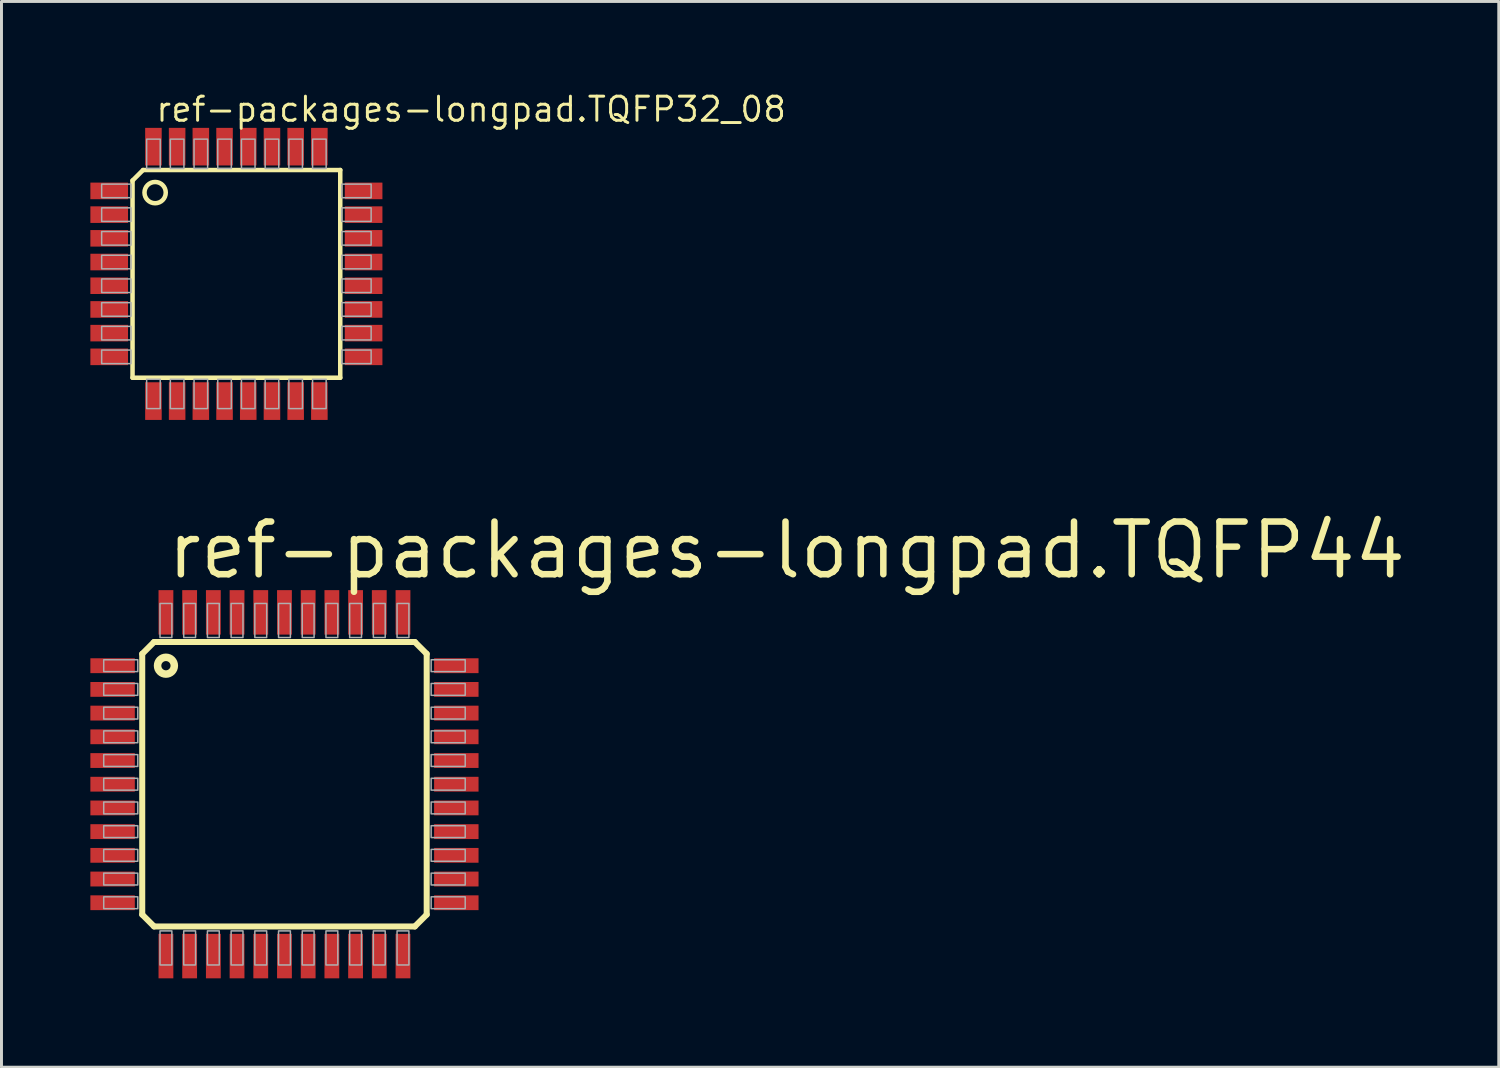
<source format=kicad_pcb>
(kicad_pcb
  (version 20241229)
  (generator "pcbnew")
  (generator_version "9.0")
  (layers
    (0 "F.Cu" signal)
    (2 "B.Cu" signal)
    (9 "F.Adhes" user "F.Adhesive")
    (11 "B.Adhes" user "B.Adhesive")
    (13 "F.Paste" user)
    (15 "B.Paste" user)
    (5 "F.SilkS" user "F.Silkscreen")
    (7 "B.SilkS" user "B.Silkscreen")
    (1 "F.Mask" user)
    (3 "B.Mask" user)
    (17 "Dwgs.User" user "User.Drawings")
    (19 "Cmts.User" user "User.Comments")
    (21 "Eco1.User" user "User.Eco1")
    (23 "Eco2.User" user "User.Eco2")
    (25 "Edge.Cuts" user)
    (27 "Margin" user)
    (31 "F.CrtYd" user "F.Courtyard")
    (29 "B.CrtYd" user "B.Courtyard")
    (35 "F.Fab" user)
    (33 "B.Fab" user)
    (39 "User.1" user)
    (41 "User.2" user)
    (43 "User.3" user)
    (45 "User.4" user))
  (footprint "ref-packages-longpad.TQFP32_08"
    (layer "F.Cu")
    (at 4.928 6.193)
    (property "Reference" "ref-packages-longpad.TQFP32_08" (at -2.769 -5.08 0) (layer "F.SilkS") (effects (font (size 0.813 0.813) (thickness 0.1)) (justify left bottom)))
    (attr smd)
    (fp_line (start -3.505 3.505) (end -3.505 -3.15) (stroke (width 0.152) (type default)) (layer "F.SilkS"))
    (fp_line (start -3.15 -3.505) (end -3.505 -3.15) (stroke (width 0.152) (type default)) (layer "F.SilkS"))
    (fp_line (start -3.15 -3.505) (end 3.505 -3.505) (stroke (width 0.152) (type default)) (layer "F.SilkS"))
    (fp_line (start 3.505 -3.505) (end 3.505 3.505) (stroke (width 0.152) (type default)) (layer "F.SilkS"))
    (fp_line (start 3.505 3.505) (end -3.505 3.505) (stroke (width 0.152) (type default)) (layer "F.SilkS"))
    (fp_circle (center -2.743 -2.743) (end -2.384 -2.743) (stroke (width 0.152) (type default)) (fill no) (layer "F.SilkS"))
    (fp_rect (start -4.547 -2.571) (end -3.556 -3.029) (stroke (width 0.05) (type default)) (fill no) (layer "F.Fab"))
    (fp_rect (start -4.547 -1.771) (end -3.556 -2.229) (stroke (width 0.05) (type default)) (fill no) (layer "F.Fab"))
    (fp_rect (start -4.547 -0.971) (end -3.556 -1.429) (stroke (width 0.05) (type default)) (fill no) (layer "F.Fab"))
    (fp_rect (start -4.547 -0.171) (end -3.556 -0.629) (stroke (width 0.05) (type default)) (fill no) (layer "F.Fab"))
    (fp_rect (start -4.547 0.629) (end -3.556 0.171) (stroke (width 0.05) (type default)) (fill no) (layer "F.Fab"))
    (fp_rect (start -4.547 1.429) (end -3.556 0.971) (stroke (width 0.05) (type default)) (fill no) (layer "F.Fab"))
    (fp_rect (start -4.547 2.229) (end -3.556 1.771) (stroke (width 0.05) (type default)) (fill no) (layer "F.Fab"))
    (fp_rect (start -4.547 3.029) (end -3.556 2.571) (stroke (width 0.05) (type default)) (fill no) (layer "F.Fab"))
    (fp_rect (start -3.029 -3.556) (end -2.571 -4.547) (stroke (width 0.05) (type default)) (fill no) (layer "F.Fab"))
    (fp_rect (start -3.029 4.547) (end -2.571 3.556) (stroke (width 0.05) (type default)) (fill no) (layer "F.Fab"))
    (fp_rect (start -2.229 -3.556) (end -1.771 -4.547) (stroke (width 0.05) (type default)) (fill no) (layer "F.Fab"))
    (fp_rect (start -2.229 4.547) (end -1.771 3.556) (stroke (width 0.05) (type default)) (fill no) (layer "F.Fab"))
    (fp_rect (start -1.429 -3.556) (end -0.971 -4.547) (stroke (width 0.05) (type default)) (fill no) (layer "F.Fab"))
    (fp_rect (start -1.429 4.547) (end -0.971 3.556) (stroke (width 0.05) (type default)) (fill no) (layer "F.Fab"))
    (fp_rect (start -0.629 -3.556) (end -0.171 -4.547) (stroke (width 0.05) (type default)) (fill no) (layer "F.Fab"))
    (fp_rect (start -0.629 4.547) (end -0.171 3.556) (stroke (width 0.05) (type default)) (fill no) (layer "F.Fab"))
    (fp_rect (start 0.171 -3.556) (end 0.629 -4.547) (stroke (width 0.05) (type default)) (fill no) (layer "F.Fab"))
    (fp_rect (start 0.171 4.547) (end 0.629 3.556) (stroke (width 0.05) (type default)) (fill no) (layer "F.Fab"))
    (fp_rect (start 0.971 -3.556) (end 1.429 -4.547) (stroke (width 0.05) (type default)) (fill no) (layer "F.Fab"))
    (fp_rect (start 0.971 4.547) (end 1.429 3.556) (stroke (width 0.05) (type default)) (fill no) (layer "F.Fab"))
    (fp_rect (start 1.771 -3.556) (end 2.229 -4.547) (stroke (width 0.05) (type default)) (fill no) (layer "F.Fab"))
    (fp_rect (start 1.771 4.547) (end 2.229 3.556) (stroke (width 0.05) (type default)) (fill no) (layer "F.Fab"))
    (fp_rect (start 2.571 -3.556) (end 3.029 -4.547) (stroke (width 0.05) (type default)) (fill no) (layer "F.Fab"))
    (fp_rect (start 2.571 4.547) (end 3.029 3.556) (stroke (width 0.05) (type default)) (fill no) (layer "F.Fab"))
    (fp_rect (start 3.556 -2.571) (end 4.547 -3.029) (stroke (width 0.05) (type default)) (fill no) (layer "F.Fab"))
    (fp_rect (start 3.556 -1.771) (end 4.547 -2.229) (stroke (width 0.05) (type default)) (fill no) (layer "F.Fab"))
    (fp_rect (start 3.556 -0.971) (end 4.547 -1.429) (stroke (width 0.05) (type default)) (fill no) (layer "F.Fab"))
    (fp_rect (start 3.556 -0.171) (end 4.547 -0.629) (stroke (width 0.05) (type default)) (fill no) (layer "F.Fab"))
    (fp_rect (start 3.556 0.629) (end 4.547 0.171) (stroke (width 0.05) (type default)) (fill no) (layer "F.Fab"))
    (fp_rect (start 3.556 1.429) (end 4.547 0.971) (stroke (width 0.05) (type default)) (fill no) (layer "F.Fab"))
    (fp_rect (start 3.556 2.229) (end 4.547 1.771) (stroke (width 0.05) (type default)) (fill no) (layer "F.Fab"))
    (fp_rect (start 3.556 3.029) (end 4.547 2.571) (stroke (width 0.05) (type default)) (fill no) (layer "F.Fab"))
    (pad "1" smd roundrect (at -4.293 -2.8) (size 1.27 0.559) (layers "F.Cu" "F.Mask" "F.Paste") (roundrect_rratio 0.01))
    (pad "2" smd roundrect (at -4.293 -2) (size 1.27 0.559) (layers "F.Cu" "F.Mask" "F.Paste") (roundrect_rratio 0.01))
    (pad "3" smd roundrect (at -4.293 -1.2) (size 1.27 0.559) (layers "F.Cu" "F.Mask" "F.Paste") (roundrect_rratio 0.01))
    (pad "4" smd roundrect (at -4.293 -0.4) (size 1.27 0.559) (layers "F.Cu" "F.Mask" "F.Paste") (roundrect_rratio 0.01))
    (pad "5" smd roundrect (at -4.293 0.4) (size 1.27 0.559) (layers "F.Cu" "F.Mask" "F.Paste") (roundrect_rratio 0.01))
    (pad "6" smd roundrect (at -4.293 1.2) (size 1.27 0.559) (layers "F.Cu" "F.Mask" "F.Paste") (roundrect_rratio 0.01))
    (pad "7" smd roundrect (at -4.293 2) (size 1.27 0.559) (layers "F.Cu" "F.Mask" "F.Paste") (roundrect_rratio 0.01))
    (pad "8" smd roundrect (at -4.293 2.8) (size 1.27 0.559) (layers "F.Cu" "F.Mask" "F.Paste") (roundrect_rratio 0.01))
    (pad "9" smd roundrect (at -2.8 4.293) (size 0.559 1.27) (layers "F.Cu" "F.Mask" "F.Paste") (roundrect_rratio 0.01))
    (pad "10" smd roundrect (at -2 4.293) (size 0.559 1.27) (layers "F.Cu" "F.Mask" "F.Paste") (roundrect_rratio 0.01))
    (pad "11" smd roundrect (at -1.2 4.293) (size 0.559 1.27) (layers "F.Cu" "F.Mask" "F.Paste") (roundrect_rratio 0.01))
    (pad "12" smd roundrect (at -0.4 4.293) (size 0.559 1.27) (layers "F.Cu" "F.Mask" "F.Paste") (roundrect_rratio 0.01))
    (pad "13" smd roundrect (at 0.4 4.293) (size 0.559 1.27) (layers "F.Cu" "F.Mask" "F.Paste") (roundrect_rratio 0.01))
    (pad "14" smd roundrect (at 1.2 4.293) (size 0.559 1.27) (layers "F.Cu" "F.Mask" "F.Paste") (roundrect_rratio 0.01))
    (pad "15" smd roundrect (at 2 4.293) (size 0.559 1.27) (layers "F.Cu" "F.Mask" "F.Paste") (roundrect_rratio 0.01))
    (pad "16" smd roundrect (at 2.8 4.293) (size 0.559 1.27) (layers "F.Cu" "F.Mask" "F.Paste") (roundrect_rratio 0.01))
    (pad "17" smd roundrect (at 4.293 2.8) (size 1.27 0.559) (layers "F.Cu" "F.Mask" "F.Paste") (roundrect_rratio 0.01))
    (pad "18" smd roundrect (at 4.293 2) (size 1.27 0.559) (layers "F.Cu" "F.Mask" "F.Paste") (roundrect_rratio 0.01))
    (pad "19" smd roundrect (at 4.293 1.2) (size 1.27 0.559) (layers "F.Cu" "F.Mask" "F.Paste") (roundrect_rratio 0.01))
    (pad "20" smd roundrect (at 4.293 0.4) (size 1.27 0.559) (layers "F.Cu" "F.Mask" "F.Paste") (roundrect_rratio 0.01))
    (pad "21" smd roundrect (at 4.293 -0.4) (size 1.27 0.559) (layers "F.Cu" "F.Mask" "F.Paste") (roundrect_rratio 0.01))
    (pad "22" smd roundrect (at 4.293 -1.2) (size 1.27 0.559) (layers "F.Cu" "F.Mask" "F.Paste") (roundrect_rratio 0.01))
    (pad "23" smd roundrect (at 4.293 -2) (size 1.27 0.559) (layers "F.Cu" "F.Mask" "F.Paste") (roundrect_rratio 0.01))
    (pad "24" smd roundrect (at 4.293 -2.8) (size 1.27 0.559) (layers "F.Cu" "F.Mask" "F.Paste") (roundrect_rratio 0.01))
    (pad "25" smd roundrect (at 2.8 -4.293) (size 0.559 1.27) (layers "F.Cu" "F.Mask" "F.Paste") (roundrect_rratio 0.01))
    (pad "26" smd roundrect (at 2 -4.293) (size 0.559 1.27) (layers "F.Cu" "F.Mask" "F.Paste") (roundrect_rratio 0.01))
    (pad "27" smd roundrect (at 1.2 -4.293) (size 0.559 1.27) (layers "F.Cu" "F.Mask" "F.Paste") (roundrect_rratio 0.01))
    (pad "28" smd roundrect (at 0.4 -4.293) (size 0.559 1.27) (layers "F.Cu" "F.Mask" "F.Paste") (roundrect_rratio 0.01))
    (pad "29" smd roundrect (at -0.4 -4.293) (size 0.559 1.27) (layers "F.Cu" "F.Mask" "F.Paste") (roundrect_rratio 0.01))
    (pad "30" smd roundrect (at -1.2 -4.293) (size 0.559 1.27) (layers "F.Cu" "F.Mask" "F.Paste") (roundrect_rratio 0.01))
    (pad "31" smd roundrect (at -2 -4.293) (size 0.559 1.27) (layers "F.Cu" "F.Mask" "F.Paste") (roundrect_rratio 0.01))
    (pad "32" smd roundrect (at -2.8 -4.293) (size 0.559 1.27) (layers "F.Cu" "F.Mask" "F.Paste") (roundrect_rratio 0.01)))
  (footprint "ref-packages-longpad.TQFP44"
    (layer "F.Cu")
    (at 6.55 23.416)
    (property "Reference" "ref-packages-longpad.TQFP44" (at -4.064 -6.858 0) (layer "F.SilkS") (effects (font (size 1.778 1.778) (thickness 0.22)) (justify left bottom)))
    (attr smd)
    (fp_line (start -4.8 -4.4) (end -4.4 -4.8) (stroke (width 0.203) (type default)) (layer "F.SilkS"))
    (fp_line (start -4.8 4.4) (end -4.8 -4.4) (stroke (width 0.203) (type default)) (layer "F.SilkS"))
    (fp_line (start -4.4 -4.8) (end 4.4 -4.8) (stroke (width 0.203) (type default)) (layer "F.SilkS"))
    (fp_line (start -4.4 4.8) (end -4.8 4.4) (stroke (width 0.203) (type default)) (layer "F.SilkS"))
    (fp_line (start 4.4 -4.8) (end 4.8 -4.4) (stroke (width 0.203) (type default)) (layer "F.SilkS"))
    (fp_line (start 4.4 4.8) (end -4.4 4.8) (stroke (width 0.203) (type default)) (layer "F.SilkS"))
    (fp_line (start 4.8 -4.4) (end 4.8 4.4) (stroke (width 0.203) (type default)) (layer "F.SilkS"))
    (fp_line (start 4.8 4.4) (end 4.4 4.8) (stroke (width 0.203) (type default)) (layer "F.SilkS"))
    (fp_circle (center -4 -4) (end -3.717 -4) (stroke (width 0.254) (type default)) (fill no) (layer "F.SilkS"))
    (fp_rect (start -6.1 -3.8) (end -4.95 -4.2) (stroke (width 0.05) (type default)) (fill no) (layer "F.Fab"))
    (fp_rect (start -6.1 -3) (end -4.95 -3.4) (stroke (width 0.05) (type default)) (fill no) (layer "F.Fab"))
    (fp_rect (start -6.1 -2.2) (end -4.95 -2.6) (stroke (width 0.05) (type default)) (fill no) (layer "F.Fab"))
    (fp_rect (start -6.1 -1.4) (end -4.95 -1.8) (stroke (width 0.05) (type default)) (fill no) (layer "F.Fab"))
    (fp_rect (start -6.1 -0.6) (end -4.95 -1) (stroke (width 0.05) (type default)) (fill no) (layer "F.Fab"))
    (fp_rect (start -6.1 0.2) (end -4.95 -0.2) (stroke (width 0.05) (type default)) (fill no) (layer "F.Fab"))
    (fp_rect (start -6.1 1) (end -4.95 0.6) (stroke (width 0.05) (type default)) (fill no) (layer "F.Fab"))
    (fp_rect (start -6.1 1.8) (end -4.95 1.4) (stroke (width 0.05) (type default)) (fill no) (layer "F.Fab"))
    (fp_rect (start -6.1 2.6) (end -4.95 2.2) (stroke (width 0.05) (type default)) (fill no) (layer "F.Fab"))
    (fp_rect (start -6.1 3.4) (end -4.95 3) (stroke (width 0.05) (type default)) (fill no) (layer "F.Fab"))
    (fp_rect (start -6.1 4.2) (end -4.95 3.8) (stroke (width 0.05) (type default)) (fill no) (layer "F.Fab"))
    (fp_rect (start -4.2 -4.95) (end -3.8 -6.1) (stroke (width 0.05) (type default)) (fill no) (layer "F.Fab"))
    (fp_rect (start -4.2 6.1) (end -3.8 4.95) (stroke (width 0.05) (type default)) (fill no) (layer "F.Fab"))
    (fp_rect (start -3.4 -4.95) (end -3 -6.1) (stroke (width 0.05) (type default)) (fill no) (layer "F.Fab"))
    (fp_rect (start -3.4 6.1) (end -3 4.95) (stroke (width 0.05) (type default)) (fill no) (layer "F.Fab"))
    (fp_rect (start -2.6 -4.95) (end -2.2 -6.1) (stroke (width 0.05) (type default)) (fill no) (layer "F.Fab"))
    (fp_rect (start -2.6 6.1) (end -2.2 4.95) (stroke (width 0.05) (type default)) (fill no) (layer "F.Fab"))
    (fp_rect (start -1.8 -4.95) (end -1.4 -6.1) (stroke (width 0.05) (type default)) (fill no) (layer "F.Fab"))
    (fp_rect (start -1.8 6.1) (end -1.4 4.95) (stroke (width 0.05) (type default)) (fill no) (layer "F.Fab"))
    (fp_rect (start -1 -4.95) (end -0.6 -6.1) (stroke (width 0.05) (type default)) (fill no) (layer "F.Fab"))
    (fp_rect (start -1 6.1) (end -0.6 4.95) (stroke (width 0.05) (type default)) (fill no) (layer "F.Fab"))
    (fp_rect (start -0.2 -4.95) (end 0.2 -6.1) (stroke (width 0.05) (type default)) (fill no) (layer "F.Fab"))
    (fp_rect (start -0.2 6.1) (end 0.2 4.95) (stroke (width 0.05) (type default)) (fill no) (layer "F.Fab"))
    (fp_rect (start 0.6 -4.95) (end 1 -6.1) (stroke (width 0.05) (type default)) (fill no) (layer "F.Fab"))
    (fp_rect (start 0.6 6.1) (end 1 4.95) (stroke (width 0.05) (type default)) (fill no) (layer "F.Fab"))
    (fp_rect (start 1.4 -4.95) (end 1.8 -6.1) (stroke (width 0.05) (type default)) (fill no) (layer "F.Fab"))
    (fp_rect (start 1.4 6.1) (end 1.8 4.95) (stroke (width 0.05) (type default)) (fill no) (layer "F.Fab"))
    (fp_rect (start 2.2 -4.95) (end 2.6 -6.1) (stroke (width 0.05) (type default)) (fill no) (layer "F.Fab"))
    (fp_rect (start 2.2 6.1) (end 2.6 4.95) (stroke (width 0.05) (type default)) (fill no) (layer "F.Fab"))
    (fp_rect (start 3 -4.95) (end 3.4 -6.1) (stroke (width 0.05) (type default)) (fill no) (layer "F.Fab"))
    (fp_rect (start 3 6.1) (end 3.4 4.95) (stroke (width 0.05) (type default)) (fill no) (layer "F.Fab"))
    (fp_rect (start 3.8 -4.95) (end 4.2 -6.1) (stroke (width 0.05) (type default)) (fill no) (layer "F.Fab"))
    (fp_rect (start 3.8 6.1) (end 4.2 4.95) (stroke (width 0.05) (type default)) (fill no) (layer "F.Fab"))
    (fp_rect (start 4.95 -3.8) (end 6.1 -4.2) (stroke (width 0.05) (type default)) (fill no) (layer "F.Fab"))
    (fp_rect (start 4.95 -3) (end 6.1 -3.4) (stroke (width 0.05) (type default)) (fill no) (layer "F.Fab"))
    (fp_rect (start 4.95 -2.2) (end 6.1 -2.6) (stroke (width 0.05) (type default)) (fill no) (layer "F.Fab"))
    (fp_rect (start 4.95 -1.4) (end 6.1 -1.8) (stroke (width 0.05) (type default)) (fill no) (layer "F.Fab"))
    (fp_rect (start 4.95 -0.6) (end 6.1 -1) (stroke (width 0.05) (type default)) (fill no) (layer "F.Fab"))
    (fp_rect (start 4.95 0.2) (end 6.1 -0.2) (stroke (width 0.05) (type default)) (fill no) (layer "F.Fab"))
    (fp_rect (start 4.95 1) (end 6.1 0.6) (stroke (width 0.05) (type default)) (fill no) (layer "F.Fab"))
    (fp_rect (start 4.95 1.8) (end 6.1 1.4) (stroke (width 0.05) (type default)) (fill no) (layer "F.Fab"))
    (fp_rect (start 4.95 2.6) (end 6.1 2.2) (stroke (width 0.05) (type default)) (fill no) (layer "F.Fab"))
    (fp_rect (start 4.95 3.4) (end 6.1 3) (stroke (width 0.05) (type default)) (fill no) (layer "F.Fab"))
    (fp_rect (start 4.95 4.2) (end 6.1 3.8) (stroke (width 0.05) (type default)) (fill no) (layer "F.Fab"))
    (pad "1" smd roundrect (at -5.8 -4) (size 1.5 0.5) (layers "F.Cu" "F.Mask" "F.Paste") (roundrect_rratio 0.01))
    (pad "2" smd roundrect (at -5.8 -3.2) (size 1.5 0.5) (layers "F.Cu" "F.Mask" "F.Paste") (roundrect_rratio 0.01))
    (pad "3" smd roundrect (at -5.8 -2.4) (size 1.5 0.5) (layers "F.Cu" "F.Mask" "F.Paste") (roundrect_rratio 0.01))
    (pad "4" smd roundrect (at -5.8 -1.6) (size 1.5 0.5) (layers "F.Cu" "F.Mask" "F.Paste") (roundrect_rratio 0.01))
    (pad "5" smd roundrect (at -5.8 -0.8) (size 1.5 0.5) (layers "F.Cu" "F.Mask" "F.Paste") (roundrect_rratio 0.01))
    (pad "6" smd roundrect (at -5.8 0) (size 1.5 0.5) (layers "F.Cu" "F.Mask" "F.Paste") (roundrect_rratio 0.01))
    (pad "7" smd roundrect (at -5.8 0.8) (size 1.5 0.5) (layers "F.Cu" "F.Mask" "F.Paste") (roundrect_rratio 0.01))
    (pad "8" smd roundrect (at -5.8 1.6) (size 1.5 0.5) (layers "F.Cu" "F.Mask" "F.Paste") (roundrect_rratio 0.01))
    (pad "9" smd roundrect (at -5.8 2.4) (size 1.5 0.5) (layers "F.Cu" "F.Mask" "F.Paste") (roundrect_rratio 0.01))
    (pad "10" smd roundrect (at -5.8 3.2) (size 1.5 0.5) (layers "F.Cu" "F.Mask" "F.Paste") (roundrect_rratio 0.01))
    (pad "11" smd roundrect (at -5.8 4) (size 1.5 0.5) (layers "F.Cu" "F.Mask" "F.Paste") (roundrect_rratio 0.01))
    (pad "12" smd roundrect (at -4 5.8) (size 0.5 1.5) (layers "F.Cu" "F.Mask" "F.Paste") (roundrect_rratio 0.01))
    (pad "13" smd roundrect (at -3.2 5.8) (size 0.5 1.5) (layers "F.Cu" "F.Mask" "F.Paste") (roundrect_rratio 0.01))
    (pad "14" smd roundrect (at -2.4 5.8) (size 0.5 1.5) (layers "F.Cu" "F.Mask" "F.Paste") (roundrect_rratio 0.01))
    (pad "15" smd roundrect (at -1.6 5.8) (size 0.5 1.5) (layers "F.Cu" "F.Mask" "F.Paste") (roundrect_rratio 0.01))
    (pad "16" smd roundrect (at -0.8 5.8) (size 0.5 1.5) (layers "F.Cu" "F.Mask" "F.Paste") (roundrect_rratio 0.01))
    (pad "17" smd roundrect (at 0 5.8) (size 0.5 1.5) (layers "F.Cu" "F.Mask" "F.Paste") (roundrect_rratio 0.01))
    (pad "18" smd roundrect (at 0.8 5.8) (size 0.5 1.5) (layers "F.Cu" "F.Mask" "F.Paste") (roundrect_rratio 0.01))
    (pad "19" smd roundrect (at 1.6 5.8) (size 0.5 1.5) (layers "F.Cu" "F.Mask" "F.Paste") (roundrect_rratio 0.01))
    (pad "20" smd roundrect (at 2.4 5.8) (size 0.5 1.5) (layers "F.Cu" "F.Mask" "F.Paste") (roundrect_rratio 0.01))
    (pad "21" smd roundrect (at 3.2 5.8) (size 0.5 1.5) (layers "F.Cu" "F.Mask" "F.Paste") (roundrect_rratio 0.01))
    (pad "22" smd roundrect (at 4 5.8) (size 0.5 1.5) (layers "F.Cu" "F.Mask" "F.Paste") (roundrect_rratio 0.01))
    (pad "23" smd roundrect (at 5.8 4) (size 1.5 0.5) (layers "F.Cu" "F.Mask" "F.Paste") (roundrect_rratio 0.01))
    (pad "24" smd roundrect (at 5.8 3.2) (size 1.5 0.5) (layers "F.Cu" "F.Mask" "F.Paste") (roundrect_rratio 0.01))
    (pad "25" smd roundrect (at 5.8 2.4) (size 1.5 0.5) (layers "F.Cu" "F.Mask" "F.Paste") (roundrect_rratio 0.01))
    (pad "26" smd roundrect (at 5.8 1.6) (size 1.5 0.5) (layers "F.Cu" "F.Mask" "F.Paste") (roundrect_rratio 0.01))
    (pad "27" smd roundrect (at 5.8 0.8) (size 1.5 0.5) (layers "F.Cu" "F.Mask" "F.Paste") (roundrect_rratio 0.01))
    (pad "28" smd roundrect (at 5.8 0) (size 1.5 0.5) (layers "F.Cu" "F.Mask" "F.Paste") (roundrect_rratio 0.01))
    (pad "29" smd roundrect (at 5.8 -0.8) (size 1.5 0.5) (layers "F.Cu" "F.Mask" "F.Paste") (roundrect_rratio 0.01))
    (pad "30" smd roundrect (at 5.8 -1.6) (size 1.5 0.5) (layers "F.Cu" "F.Mask" "F.Paste") (roundrect_rratio 0.01))
    (pad "31" smd roundrect (at 5.8 -2.4) (size 1.5 0.5) (layers "F.Cu" "F.Mask" "F.Paste") (roundrect_rratio 0.01))
    (pad "32" smd roundrect (at 5.8 -3.2) (size 1.5 0.5) (layers "F.Cu" "F.Mask" "F.Paste") (roundrect_rratio 0.01))
    (pad "33" smd roundrect (at 5.8 -4) (size 1.5 0.5) (layers "F.Cu" "F.Mask" "F.Paste") (roundrect_rratio 0.01))
    (pad "34" smd roundrect (at 4 -5.8) (size 0.5 1.5) (layers "F.Cu" "F.Mask" "F.Paste") (roundrect_rratio 0.01))
    (pad "35" smd roundrect (at 3.2 -5.8) (size 0.5 1.5) (layers "F.Cu" "F.Mask" "F.Paste") (roundrect_rratio 0.01))
    (pad "36" smd roundrect (at 2.4 -5.8) (size 0.5 1.5) (layers "F.Cu" "F.Mask" "F.Paste") (roundrect_rratio 0.01))
    (pad "37" smd roundrect (at 1.6 -5.8) (size 0.5 1.5) (layers "F.Cu" "F.Mask" "F.Paste") (roundrect_rratio 0.01))
    (pad "38" smd roundrect (at 0.8 -5.8) (size 0.5 1.5) (layers "F.Cu" "F.Mask" "F.Paste") (roundrect_rratio 0.01))
    (pad "39" smd roundrect (at 0 -5.8) (size 0.5 1.5) (layers "F.Cu" "F.Mask" "F.Paste") (roundrect_rratio 0.01))
    (pad "40" smd roundrect (at -0.8 -5.8) (size 0.5 1.5) (layers "F.Cu" "F.Mask" "F.Paste") (roundrect_rratio 0.01))
    (pad "41" smd roundrect (at -1.6 -5.8) (size 0.5 1.5) (layers "F.Cu" "F.Mask" "F.Paste") (roundrect_rratio 0.01))
    (pad "42" smd roundrect (at -2.4 -5.8) (size 0.5 1.5) (layers "F.Cu" "F.Mask" "F.Paste") (roundrect_rratio 0.01))
    (pad "43" smd roundrect (at -3.2 -5.8) (size 0.5 1.5) (layers "F.Cu" "F.Mask" "F.Paste") (roundrect_rratio 0.01))
    (pad "44" smd roundrect (at -4 -5.8) (size 0.5 1.5) (layers "F.Cu" "F.Mask" "F.Paste") (roundrect_rratio 0.01)))
  (gr_rect
    (start -3 -3)
    (end 47.531 32.966)
    (stroke (width 0.1) (type default))
    (fill no)
    (layer "Edge.Cuts")))
</source>
